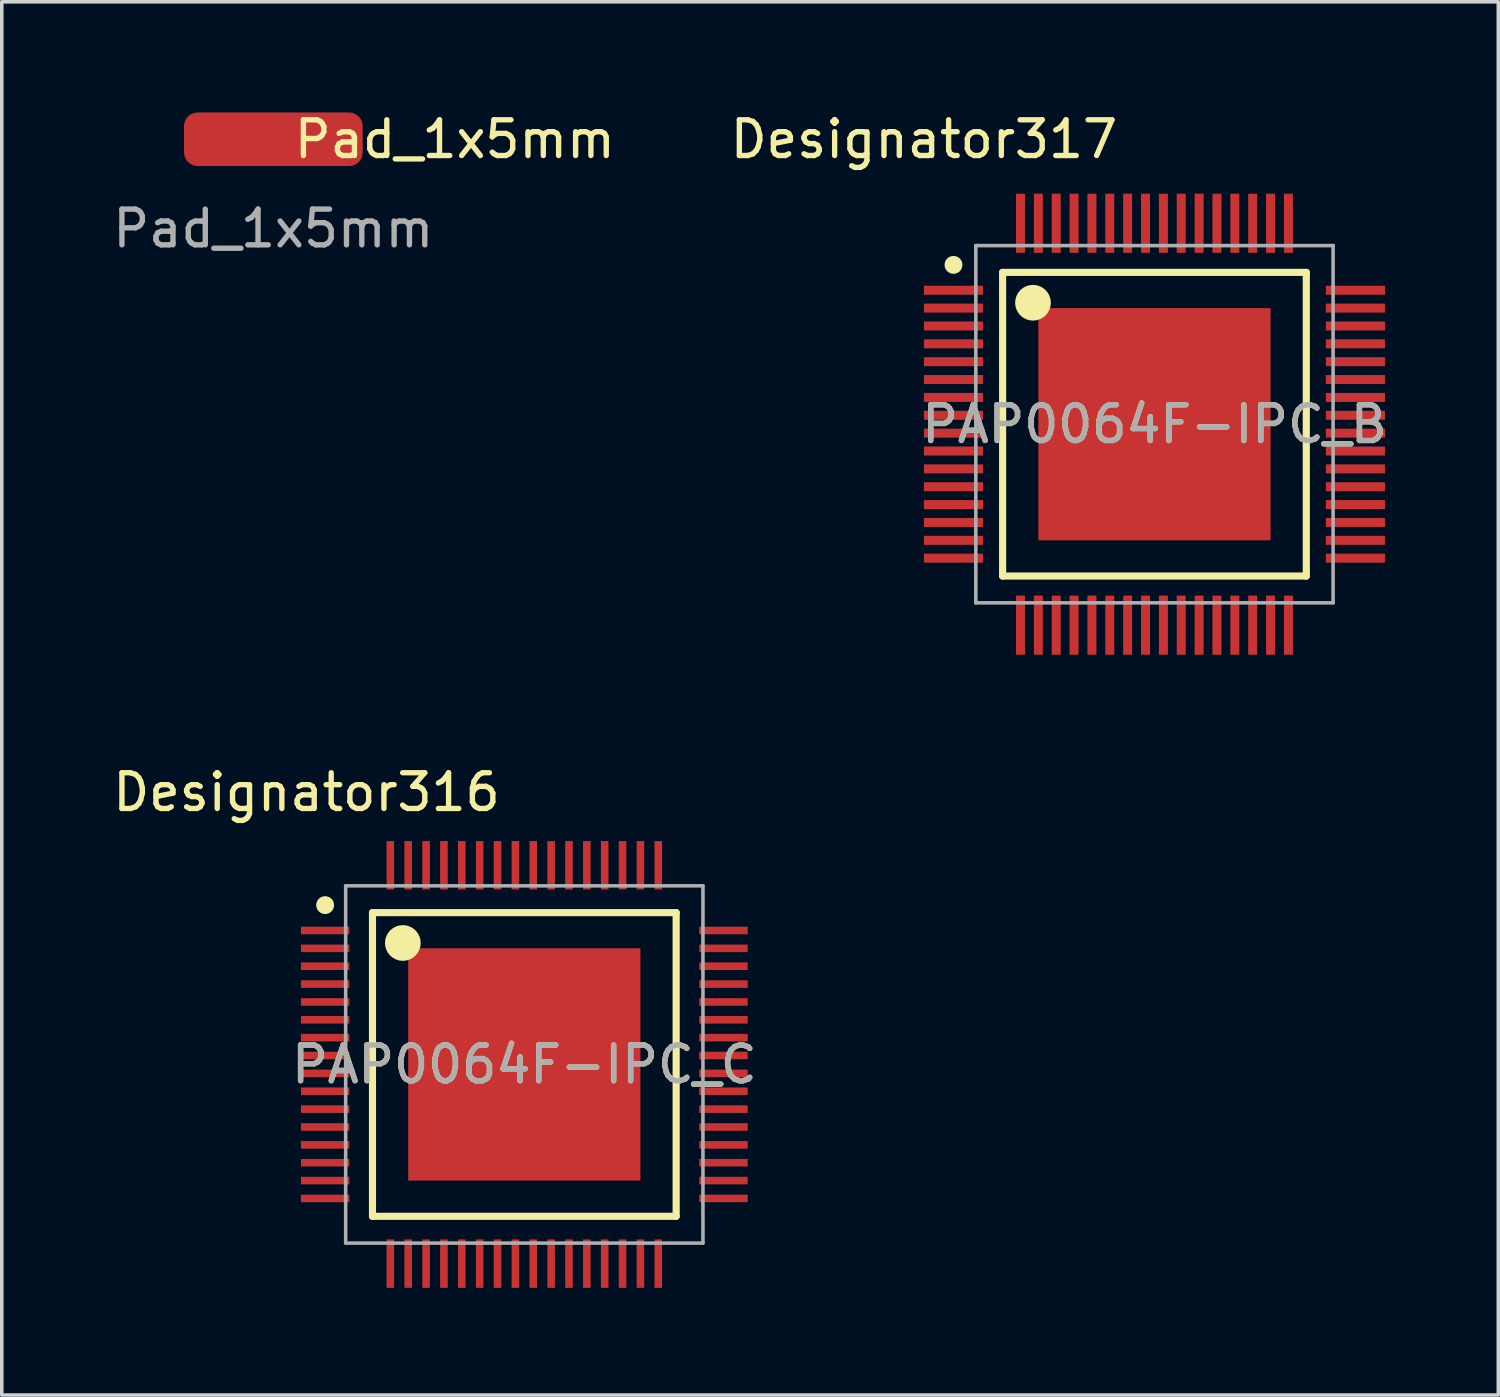
<source format=kicad_pcb>
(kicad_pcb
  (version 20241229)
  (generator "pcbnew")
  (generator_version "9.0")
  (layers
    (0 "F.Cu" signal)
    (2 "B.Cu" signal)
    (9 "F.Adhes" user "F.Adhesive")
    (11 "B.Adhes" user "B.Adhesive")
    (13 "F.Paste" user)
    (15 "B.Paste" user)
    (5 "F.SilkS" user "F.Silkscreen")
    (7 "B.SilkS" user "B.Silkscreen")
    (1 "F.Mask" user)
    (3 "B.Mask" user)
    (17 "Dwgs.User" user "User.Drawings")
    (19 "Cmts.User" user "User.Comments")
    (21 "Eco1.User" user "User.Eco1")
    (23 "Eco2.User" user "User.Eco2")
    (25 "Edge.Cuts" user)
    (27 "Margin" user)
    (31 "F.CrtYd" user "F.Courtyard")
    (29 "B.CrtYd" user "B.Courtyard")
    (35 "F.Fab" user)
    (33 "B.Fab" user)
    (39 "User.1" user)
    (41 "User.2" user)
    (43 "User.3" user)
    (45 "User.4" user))
  (footprint "PAP0064F-IPC_B"
    (layer "F.Cu")
    (at 29.264 8.824)
    (property "Reference" "PAP0064F-IPC_B" (at 0 0 0) (unlocked yes) (layer "F.SilkS") (effects (font (size 1 1) (thickness 0.15))))
    (attr smd)
    (fp_line (start -4.25 -4.25) (end 4.25 -4.25) (stroke (width 0.2) (type solid)) (layer "F.SilkS"))
    (fp_line (start -4.25 4.25) (end -4.25 -4.25) (stroke (width 0.2) (type solid)) (layer "F.SilkS"))
    (fp_line (start -4.25 4.25) (end 4.25 4.25) (stroke (width 0.2) (type solid)) (layer "F.SilkS"))
    (fp_line (start 4.25 4.25) (end 4.25 -4.25) (stroke (width 0.2) (type solid)) (layer "F.SilkS"))
    (fp_circle (center -5.625 -4.46) (end -5.5 -4.46) (stroke (width 0.25) (type solid)) (fill no) (layer "F.SilkS"))
    (fp_circle (center -3.4 -3.4) (end -3.15 -3.4) (stroke (width 0.5) (type solid)) (fill no) (layer "F.SilkS"))
    (fp_poly (pts (xy -2.454 -0.398) (xy -0.398 -0.398) (xy -0.398 -2.454) (xy -2.454 -2.454)) (stroke (width 0) (type solid)) (fill yes) (layer "F.Paste"))
    (fp_poly (pts (xy -2.454 2.454) (xy -0.398 2.454) (xy -0.398 0.398) (xy -2.454 0.398)) (stroke (width 0) (type solid)) (fill yes) (layer "F.Paste"))
    (fp_poly (pts (xy 0.398 -0.398) (xy 2.454 -0.398) (xy 2.454 -2.454) (xy 0.398 -2.454)) (stroke (width 0) (type solid)) (fill yes) (layer "F.Paste"))
    (fp_poly (pts (xy 0.398 2.454) (xy 2.454 2.454) (xy 2.454 0.398) (xy 0.398 0.398)) (stroke (width 0) (type solid)) (fill yes) (layer "F.Paste"))
    (fp_line (start -5 -5) (end 5 -5) (stroke (width 0.1) (type solid)) (layer "F.Fab"))
    (fp_line (start -5 5) (end -5 -5) (stroke (width 0.1) (type solid)) (layer "F.Fab"))
    (fp_line (start -5 5) (end 5 5) (stroke (width 0.1) (type solid)) (layer "F.Fab"))
    (fp_line (start 5 5) (end 5 -5) (stroke (width 0.1) (type solid)) (layer "F.Fab"))
    (fp_text user "Designator317" (at -6.452 -7.976 0) (unlocked yes) (layer "F.SilkS") (effects (font (size 1 1) (thickness 0.15))))
    (fp_text user "${REFERENCE}" (at 0 0 0) (unlocked yes) (layer "F.Fab") (effects (font (size 1 1) (thickness 0.15))))
    (pad "1" smd rect (at -5.625 -3.75 90) (size 0.252 1.655) (layers "F.Cu" "F.Mask" "F.Paste"))
    (pad "2" smd rect (at -5.625 -3.25 90) (size 0.252 1.655) (layers "F.Cu" "F.Mask" "F.Paste"))
    (pad "3" smd rect (at -5.625 -2.75 90) (size 0.252 1.655) (layers "F.Cu" "F.Mask" "F.Paste"))
    (pad "4" smd rect (at -5.625 -2.25 90) (size 0.252 1.655) (layers "F.Cu" "F.Mask" "F.Paste"))
    (pad "5" smd rect (at -5.625 -1.75 90) (size 0.252 1.655) (layers "F.Cu" "F.Mask" "F.Paste"))
    (pad "6" smd rect (at -5.625 -1.25 90) (size 0.252 1.655) (layers "F.Cu" "F.Mask" "F.Paste"))
    (pad "7" smd rect (at -5.625 -0.75 90) (size 0.252 1.655) (layers "F.Cu" "F.Mask" "F.Paste"))
    (pad "8" smd rect (at -5.625 -0.25 90) (size 0.252 1.655) (layers "F.Cu" "F.Mask" "F.Paste"))
    (pad "9" smd rect (at -5.625 0.25 90) (size 0.252 1.655) (layers "F.Cu" "F.Mask" "F.Paste"))
    (pad "10" smd rect (at -5.625 0.75 90) (size 0.252 1.655) (layers "F.Cu" "F.Mask" "F.Paste"))
    (pad "11" smd rect (at -5.625 1.25 90) (size 0.252 1.655) (layers "F.Cu" "F.Mask" "F.Paste"))
    (pad "12" smd rect (at -5.625 1.75 90) (size 0.252 1.655) (layers "F.Cu" "F.Mask" "F.Paste"))
    (pad "13" smd rect (at -5.625 2.25 90) (size 0.252 1.655) (layers "F.Cu" "F.Mask" "F.Paste"))
    (pad "14" smd rect (at -5.625 2.75 90) (size 0.252 1.655) (layers "F.Cu" "F.Mask" "F.Paste"))
    (pad "15" smd rect (at -5.625 3.25 90) (size 0.252 1.655) (layers "F.Cu" "F.Mask" "F.Paste"))
    (pad "16" smd rect (at -5.625 3.75 90) (size 0.252 1.655) (layers "F.Cu" "F.Mask" "F.Paste"))
    (pad "17" smd rect (at -3.75 5.625) (size 0.252 1.655) (layers "F.Cu" "F.Mask" "F.Paste"))
    (pad "18" smd rect (at -3.25 5.625) (size 0.252 1.655) (layers "F.Cu" "F.Mask" "F.Paste"))
    (pad "19" smd rect (at -2.75 5.625) (size 0.252 1.655) (layers "F.Cu" "F.Mask" "F.Paste"))
    (pad "20" smd rect (at -2.25 5.625) (size 0.252 1.655) (layers "F.Cu" "F.Mask" "F.Paste"))
    (pad "21" smd rect (at -1.75 5.625) (size 0.252 1.655) (layers "F.Cu" "F.Mask" "F.Paste"))
    (pad "22" smd rect (at -1.25 5.625) (size 0.252 1.655) (layers "F.Cu" "F.Mask" "F.Paste"))
    (pad "23" smd rect (at -0.75 5.625) (size 0.252 1.655) (layers "F.Cu" "F.Mask" "F.Paste"))
    (pad "24" smd rect (at -0.25 5.625) (size 0.252 1.655) (layers "F.Cu" "F.Mask" "F.Paste"))
    (pad "25" smd rect (at 0.25 5.625) (size 0.252 1.655) (layers "F.Cu" "F.Mask" "F.Paste"))
    (pad "26" smd rect (at 0.75 5.625) (size 0.252 1.655) (layers "F.Cu" "F.Mask" "F.Paste"))
    (pad "27" smd rect (at 1.25 5.625) (size 0.252 1.655) (layers "F.Cu" "F.Mask" "F.Paste"))
    (pad "28" smd rect (at 1.75 5.625) (size 0.252 1.655) (layers "F.Cu" "F.Mask" "F.Paste"))
    (pad "29" smd rect (at 2.25 5.625) (size 0.252 1.655) (layers "F.Cu" "F.Mask" "F.Paste"))
    (pad "30" smd rect (at 2.75 5.625) (size 0.252 1.655) (layers "F.Cu" "F.Mask" "F.Paste"))
    (pad "31" smd rect (at 3.25 5.625) (size 0.252 1.655) (layers "F.Cu" "F.Mask" "F.Paste"))
    (pad "32" smd rect (at 3.75 5.625) (size 0.252 1.655) (layers "F.Cu" "F.Mask" "F.Paste"))
    (pad "33" smd rect (at 5.625 3.75 90) (size 0.252 1.655) (layers "F.Cu" "F.Mask" "F.Paste"))
    (pad "34" smd rect (at 5.625 3.25 90) (size 0.252 1.655) (layers "F.Cu" "F.Mask" "F.Paste"))
    (pad "35" smd rect (at 5.625 2.75 90) (size 0.252 1.655) (layers "F.Cu" "F.Mask" "F.Paste"))
    (pad "36" smd rect (at 5.625 2.25 90) (size 0.252 1.655) (layers "F.Cu" "F.Mask" "F.Paste"))
    (pad "37" smd rect (at 5.625 1.75 90) (size 0.252 1.655) (layers "F.Cu" "F.Mask" "F.Paste"))
    (pad "38" smd rect (at 5.625 1.25 90) (size 0.252 1.655) (layers "F.Cu" "F.Mask" "F.Paste"))
    (pad "39" smd rect (at 5.625 0.75 90) (size 0.252 1.655) (layers "F.Cu" "F.Mask" "F.Paste"))
    (pad "40" smd rect (at 5.625 0.25 90) (size 0.252 1.655) (layers "F.Cu" "F.Mask" "F.Paste"))
    (pad "41" smd rect (at 5.625 -0.25 90) (size 0.252 1.655) (layers "F.Cu" "F.Mask" "F.Paste"))
    (pad "42" smd rect (at 5.625 -0.75 90) (size 0.252 1.655) (layers "F.Cu" "F.Mask" "F.Paste"))
    (pad "43" smd rect (at 5.625 -1.25 90) (size 0.252 1.655) (layers "F.Cu" "F.Mask" "F.Paste"))
    (pad "44" smd rect (at 5.625 -1.75 90) (size 0.252 1.655) (layers "F.Cu" "F.Mask" "F.Paste"))
    (pad "45" smd rect (at 5.625 -2.25 90) (size 0.252 1.655) (layers "F.Cu" "F.Mask" "F.Paste"))
    (pad "46" smd rect (at 5.625 -2.75 90) (size 0.252 1.655) (layers "F.Cu" "F.Mask" "F.Paste"))
    (pad "47" smd rect (at 5.625 -3.25 90) (size 0.252 1.655) (layers "F.Cu" "F.Mask" "F.Paste"))
    (pad "48" smd rect (at 5.625 -3.75 90) (size 0.252 1.655) (layers "F.Cu" "F.Mask" "F.Paste"))
    (pad "49" smd rect (at 3.75 -5.625) (size 0.252 1.655) (layers "F.Cu" "F.Mask" "F.Paste"))
    (pad "50" smd rect (at 3.25 -5.625) (size 0.252 1.655) (layers "F.Cu" "F.Mask" "F.Paste"))
    (pad "51" smd rect (at 2.75 -5.625) (size 0.252 1.655) (layers "F.Cu" "F.Mask" "F.Paste"))
    (pad "52" smd rect (at 2.25 -5.625) (size 0.252 1.655) (layers "F.Cu" "F.Mask" "F.Paste"))
    (pad "53" smd rect (at 1.75 -5.625) (size 0.252 1.655) (layers "F.Cu" "F.Mask" "F.Paste"))
    (pad "54" smd rect (at 1.25 -5.625) (size 0.252 1.655) (layers "F.Cu" "F.Mask" "F.Paste"))
    (pad "55" smd rect (at 0.75 -5.625) (size 0.252 1.655) (layers "F.Cu" "F.Mask" "F.Paste"))
    (pad "56" smd rect (at 0.25 -5.625) (size 0.252 1.655) (layers "F.Cu" "F.Mask" "F.Paste"))
    (pad "57" smd rect (at -0.25 -5.625) (size 0.252 1.655) (layers "F.Cu" "F.Mask" "F.Paste"))
    (pad "58" smd rect (at -0.75 -5.625) (size 0.252 1.655) (layers "F.Cu" "F.Mask" "F.Paste"))
    (pad "59" smd rect (at -1.25 -5.625) (size 0.252 1.655) (layers "F.Cu" "F.Mask" "F.Paste"))
    (pad "60" smd rect (at -1.75 -5.625) (size 0.252 1.655) (layers "F.Cu" "F.Mask" "F.Paste"))
    (pad "61" smd rect (at -2.25 -5.625) (size 0.252 1.655) (layers "F.Cu" "F.Mask" "F.Paste"))
    (pad "62" smd rect (at -2.75 -5.625) (size 0.252 1.655) (layers "F.Cu" "F.Mask" "F.Paste"))
    (pad "63" smd rect (at -3.25 -5.625) (size 0.252 1.655) (layers "F.Cu" "F.Mask" "F.Paste"))
    (pad "64" smd rect (at -3.75 -5.625) (size 0.252 1.655) (layers "F.Cu" "F.Mask" "F.Paste"))
    (pad "65" smd rect (at 0 0) (size 6.5 6.5) (layers "F.Cu" "F.Mask")))
  (footprint "PAP0064F-IPC_C"
    (layer "F.Cu")
    (at 11.626 26.745)
    (property "Reference" "PAP0064F-IPC_C" (at 0 0 0) (unlocked yes) (layer "F.SilkS") (effects (font (size 1 1) (thickness 0.15))))
    (attr smd)
    (fp_line (start -4.25 -4.25) (end 4.25 -4.25) (stroke (width 0.2) (type solid)) (layer "F.SilkS"))
    (fp_line (start -4.25 4.25) (end -4.25 -4.25) (stroke (width 0.2) (type solid)) (layer "F.SilkS"))
    (fp_line (start -4.25 4.25) (end 4.25 4.25) (stroke (width 0.2) (type solid)) (layer "F.SilkS"))
    (fp_line (start 4.25 4.25) (end 4.25 -4.25) (stroke (width 0.2) (type solid)) (layer "F.SilkS"))
    (fp_circle (center -5.575 -4.46) (end -5.45 -4.46) (stroke (width 0.25) (type solid)) (fill no) (layer "F.SilkS"))
    (fp_circle (center -3.4 -3.4) (end -3.15 -3.4) (stroke (width 0.5) (type solid)) (fill no) (layer "F.SilkS"))
    (fp_poly (pts (xy -2.454 -0.398) (xy -0.398 -0.398) (xy -0.398 -2.454) (xy -2.454 -2.454)) (stroke (width 0) (type solid)) (fill yes) (layer "F.Paste"))
    (fp_poly (pts (xy -2.454 2.454) (xy -0.398 2.454) (xy -0.398 0.398) (xy -2.454 0.398)) (stroke (width 0) (type solid)) (fill yes) (layer "F.Paste"))
    (fp_poly (pts (xy 0.398 -0.398) (xy 2.454 -0.398) (xy 2.454 -2.454) (xy 0.398 -2.454)) (stroke (width 0) (type solid)) (fill yes) (layer "F.Paste"))
    (fp_poly (pts (xy 0.398 2.454) (xy 2.454 2.454) (xy 2.454 0.398) (xy 0.398 0.398)) (stroke (width 0) (type solid)) (fill yes) (layer "F.Paste"))
    (fp_line (start -5 -5) (end 5 -5) (stroke (width 0.1) (type solid)) (layer "F.Fab"))
    (fp_line (start -5 5) (end -5 -5) (stroke (width 0.1) (type solid)) (layer "F.Fab"))
    (fp_line (start -5 5) (end 5 5) (stroke (width 0.1) (type solid)) (layer "F.Fab"))
    (fp_line (start 5 5) (end 5 -5) (stroke (width 0.1) (type solid)) (layer "F.Fab"))
    (fp_text user "Designator316" (at -6.096 -7.62 0) (unlocked yes) (layer "F.SilkS") (effects (font (size 1 1) (thickness 0.15))))
    (fp_text user "${REFERENCE}" (at 0 0 0) (unlocked yes) (layer "F.Fab") (effects (font (size 1 1) (thickness 0.15))))
    (pad "1" smd rect (at -5.575 -3.75 90) (size 0.212 1.355) (layers "F.Cu" "F.Mask" "F.Paste"))
    (pad "2" smd rect (at -5.575 -3.25 90) (size 0.212 1.355) (layers "F.Cu" "F.Mask" "F.Paste"))
    (pad "3" smd rect (at -5.575 -2.75 90) (size 0.212 1.355) (layers "F.Cu" "F.Mask" "F.Paste"))
    (pad "4" smd rect (at -5.575 -2.25 90) (size 0.212 1.355) (layers "F.Cu" "F.Mask" "F.Paste"))
    (pad "5" smd rect (at -5.575 -1.75 90) (size 0.212 1.355) (layers "F.Cu" "F.Mask" "F.Paste"))
    (pad "6" smd rect (at -5.575 -1.25 90) (size 0.212 1.355) (layers "F.Cu" "F.Mask" "F.Paste"))
    (pad "7" smd rect (at -5.575 -0.75 90) (size 0.212 1.355) (layers "F.Cu" "F.Mask" "F.Paste"))
    (pad "8" smd rect (at -5.575 -0.25 90) (size 0.212 1.355) (layers "F.Cu" "F.Mask" "F.Paste"))
    (pad "9" smd rect (at -5.575 0.25 90) (size 0.212 1.355) (layers "F.Cu" "F.Mask" "F.Paste"))
    (pad "10" smd rect (at -5.575 0.75 90) (size 0.212 1.355) (layers "F.Cu" "F.Mask" "F.Paste"))
    (pad "11" smd rect (at -5.575 1.25 90) (size 0.212 1.355) (layers "F.Cu" "F.Mask" "F.Paste"))
    (pad "12" smd rect (at -5.575 1.75 90) (size 0.212 1.355) (layers "F.Cu" "F.Mask" "F.Paste"))
    (pad "13" smd rect (at -5.575 2.25 90) (size 0.212 1.355) (layers "F.Cu" "F.Mask" "F.Paste"))
    (pad "14" smd rect (at -5.575 2.75 90) (size 0.212 1.355) (layers "F.Cu" "F.Mask" "F.Paste"))
    (pad "15" smd rect (at -5.575 3.25 90) (size 0.212 1.355) (layers "F.Cu" "F.Mask" "F.Paste"))
    (pad "16" smd rect (at -5.575 3.75 90) (size 0.212 1.355) (layers "F.Cu" "F.Mask" "F.Paste"))
    (pad "17" smd rect (at -3.75 5.575) (size 0.212 1.355) (layers "F.Cu" "F.Mask" "F.Paste"))
    (pad "18" smd rect (at -3.25 5.575) (size 0.212 1.355) (layers "F.Cu" "F.Mask" "F.Paste"))
    (pad "19" smd rect (at -2.75 5.575) (size 0.212 1.355) (layers "F.Cu" "F.Mask" "F.Paste"))
    (pad "20" smd rect (at -2.25 5.575) (size 0.212 1.355) (layers "F.Cu" "F.Mask" "F.Paste"))
    (pad "21" smd rect (at -1.75 5.575) (size 0.212 1.355) (layers "F.Cu" "F.Mask" "F.Paste"))
    (pad "22" smd rect (at -1.25 5.575) (size 0.212 1.355) (layers "F.Cu" "F.Mask" "F.Paste"))
    (pad "23" smd rect (at -0.75 5.575) (size 0.212 1.355) (layers "F.Cu" "F.Mask" "F.Paste"))
    (pad "24" smd rect (at -0.25 5.575) (size 0.212 1.355) (layers "F.Cu" "F.Mask" "F.Paste"))
    (pad "25" smd rect (at 0.25 5.575) (size 0.212 1.355) (layers "F.Cu" "F.Mask" "F.Paste"))
    (pad "26" smd rect (at 0.75 5.575) (size 0.212 1.355) (layers "F.Cu" "F.Mask" "F.Paste"))
    (pad "27" smd rect (at 1.25 5.575) (size 0.212 1.355) (layers "F.Cu" "F.Mask" "F.Paste"))
    (pad "28" smd rect (at 1.75 5.575) (size 0.212 1.355) (layers "F.Cu" "F.Mask" "F.Paste"))
    (pad "29" smd rect (at 2.25 5.575) (size 0.212 1.355) (layers "F.Cu" "F.Mask" "F.Paste"))
    (pad "30" smd rect (at 2.75 5.575) (size 0.212 1.355) (layers "F.Cu" "F.Mask" "F.Paste"))
    (pad "31" smd rect (at 3.25 5.575) (size 0.212 1.355) (layers "F.Cu" "F.Mask" "F.Paste"))
    (pad "32" smd rect (at 3.75 5.575) (size 0.212 1.355) (layers "F.Cu" "F.Mask" "F.Paste"))
    (pad "33" smd rect (at 5.575 3.75 90) (size 0.212 1.355) (layers "F.Cu" "F.Mask" "F.Paste"))
    (pad "34" smd rect (at 5.575 3.25 90) (size 0.212 1.355) (layers "F.Cu" "F.Mask" "F.Paste"))
    (pad "35" smd rect (at 5.575 2.75 90) (size 0.212 1.355) (layers "F.Cu" "F.Mask" "F.Paste"))
    (pad "36" smd rect (at 5.575 2.25 90) (size 0.212 1.355) (layers "F.Cu" "F.Mask" "F.Paste"))
    (pad "37" smd rect (at 5.575 1.75 90) (size 0.212 1.355) (layers "F.Cu" "F.Mask" "F.Paste"))
    (pad "38" smd rect (at 5.575 1.25 90) (size 0.212 1.355) (layers "F.Cu" "F.Mask" "F.Paste"))
    (pad "39" smd rect (at 5.575 0.75 90) (size 0.212 1.355) (layers "F.Cu" "F.Mask" "F.Paste"))
    (pad "40" smd rect (at 5.575 0.25 90) (size 0.212 1.355) (layers "F.Cu" "F.Mask" "F.Paste"))
    (pad "41" smd rect (at 5.575 -0.25 90) (size 0.212 1.355) (layers "F.Cu" "F.Mask" "F.Paste"))
    (pad "42" smd rect (at 5.575 -0.75 90) (size 0.212 1.355) (layers "F.Cu" "F.Mask" "F.Paste"))
    (pad "43" smd rect (at 5.575 -1.25 90) (size 0.212 1.355) (layers "F.Cu" "F.Mask" "F.Paste"))
    (pad "44" smd rect (at 5.575 -1.75 90) (size 0.212 1.355) (layers "F.Cu" "F.Mask" "F.Paste"))
    (pad "45" smd rect (at 5.575 -2.25 90) (size 0.212 1.355) (layers "F.Cu" "F.Mask" "F.Paste"))
    (pad "46" smd rect (at 5.575 -2.75 90) (size 0.212 1.355) (layers "F.Cu" "F.Mask" "F.Paste"))
    (pad "47" smd rect (at 5.575 -3.25 90) (size 0.212 1.355) (layers "F.Cu" "F.Mask" "F.Paste"))
    (pad "48" smd rect (at 5.575 -3.75 90) (size 0.212 1.355) (layers "F.Cu" "F.Mask" "F.Paste"))
    (pad "49" smd rect (at 3.75 -5.575) (size 0.212 1.355) (layers "F.Cu" "F.Mask" "F.Paste"))
    (pad "50" smd rect (at 3.25 -5.575) (size 0.212 1.355) (layers "F.Cu" "F.Mask" "F.Paste"))
    (pad "51" smd rect (at 2.75 -5.575) (size 0.212 1.355) (layers "F.Cu" "F.Mask" "F.Paste"))
    (pad "52" smd rect (at 2.25 -5.575) (size 0.212 1.355) (layers "F.Cu" "F.Mask" "F.Paste"))
    (pad "53" smd rect (at 1.75 -5.575) (size 0.212 1.355) (layers "F.Cu" "F.Mask" "F.Paste"))
    (pad "54" smd rect (at 1.25 -5.575) (size 0.212 1.355) (layers "F.Cu" "F.Mask" "F.Paste"))
    (pad "55" smd rect (at 0.75 -5.575) (size 0.212 1.355) (layers "F.Cu" "F.Mask" "F.Paste"))
    (pad "56" smd rect (at 0.25 -5.575) (size 0.212 1.355) (layers "F.Cu" "F.Mask" "F.Paste"))
    (pad "57" smd rect (at -0.25 -5.575) (size 0.212 1.355) (layers "F.Cu" "F.Mask" "F.Paste"))
    (pad "58" smd rect (at -0.75 -5.575) (size 0.212 1.355) (layers "F.Cu" "F.Mask" "F.Paste"))
    (pad "59" smd rect (at -1.25 -5.575) (size 0.212 1.355) (layers "F.Cu" "F.Mask" "F.Paste"))
    (pad "60" smd rect (at -1.75 -5.575) (size 0.212 1.355) (layers "F.Cu" "F.Mask" "F.Paste"))
    (pad "61" smd rect (at -2.25 -5.575) (size 0.212 1.355) (layers "F.Cu" "F.Mask" "F.Paste"))
    (pad "62" smd rect (at -2.75 -5.575) (size 0.212 1.355) (layers "F.Cu" "F.Mask" "F.Paste"))
    (pad "63" smd rect (at -3.25 -5.575) (size 0.212 1.355) (layers "F.Cu" "F.Mask" "F.Paste"))
    (pad "64" smd rect (at -3.75 -5.575) (size 0.212 1.355) (layers "F.Cu" "F.Mask" "F.Paste"))
    (pad "65" smd rect (at 0 0) (size 6.5 6.5) (layers "F.Cu" "F.Mask")))
  (footprint "Pad_1x5mm"
    (layer "F.Cu")
    (at 4.601 0.848)
    (property "Reference" "Pad_1x5mm" (at 5.08 0 0) (unlocked yes) (layer "F.SilkS") (effects (font (size 1 1) (thickness 0.15))))
    (attr smd)
    (fp_text user "${REFERENCE}" (at 0 2.5 0) (unlocked yes) (layer "F.Fab") (effects (font (size 1 1) (thickness 0.15))))
    (pad "1" smd roundrect (at 0 0 90) (size 1.5 5) (layers "F.Cu" "F.Mask" "F.Paste") (roundrect_rratio 0.25)))
  (gr_rect
    (start -3 -3)
    (end 38.889 35.998)
    (stroke (width 0.1) (type default))
    (fill no)
    (layer "Edge.Cuts")))
</source>
